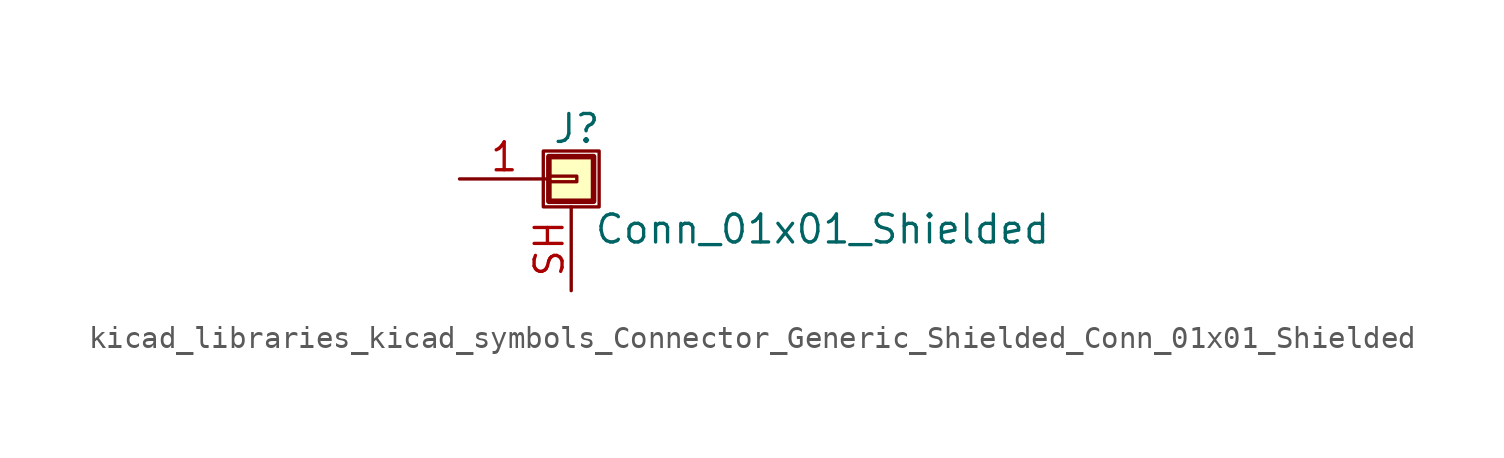
<source format=kicad_sym>
(kicad_symbol_lib
  (version 20220914)
  (generator kicad_symbol_editor)
  (symbol "kicad_libraries_kicad_symbols_Connector_Generic_Shielded_Conn_01x01_Shielded"
    (pin_names
      (offset 1.016) hide)
    (property "Reference" "J"
      (at 0.254 2.286 0)
      (effects (font (size 1.27 1.27))))
    (property "Value" "Conn_01x01_Shielded"
      (at 1.016 -2.286 0)
      (effects (font (size 1.27 1.27)) (justify left)))
    (symbol "kicad_libraries_kicad_symbols_Connector_Generic_Shielded_Conn_01x01_Shielded_1_1"
      (rectangle (start -1.27 1.27) (end 1.27 -1.27) (stroke (width 0.152) (type default)) (fill (type none)))
      (rectangle (start -1.016 0.127) (end 0.254 -0.127) (stroke (width 0.152) (type default)) (fill (type none)))
      (rectangle (start -1.016 1.016) (end 1.016 -1.016) (stroke (width 0.254) (type default)) (fill (type background)))
      (pin passive line (at -5.08 0 0) (length 4.064) (name "Pin_1" (effects (font (size 1.27 1.27)))) (number "1" (effects (font (size 1.27 1.27)))))
      (pin passive line (at 0 -5.08 90) (length 3.81) (name "Shield" (effects (font (size 1.27 1.27)))) (number "SH" (effects (font (size 1.27 1.27))))))))
</source>
